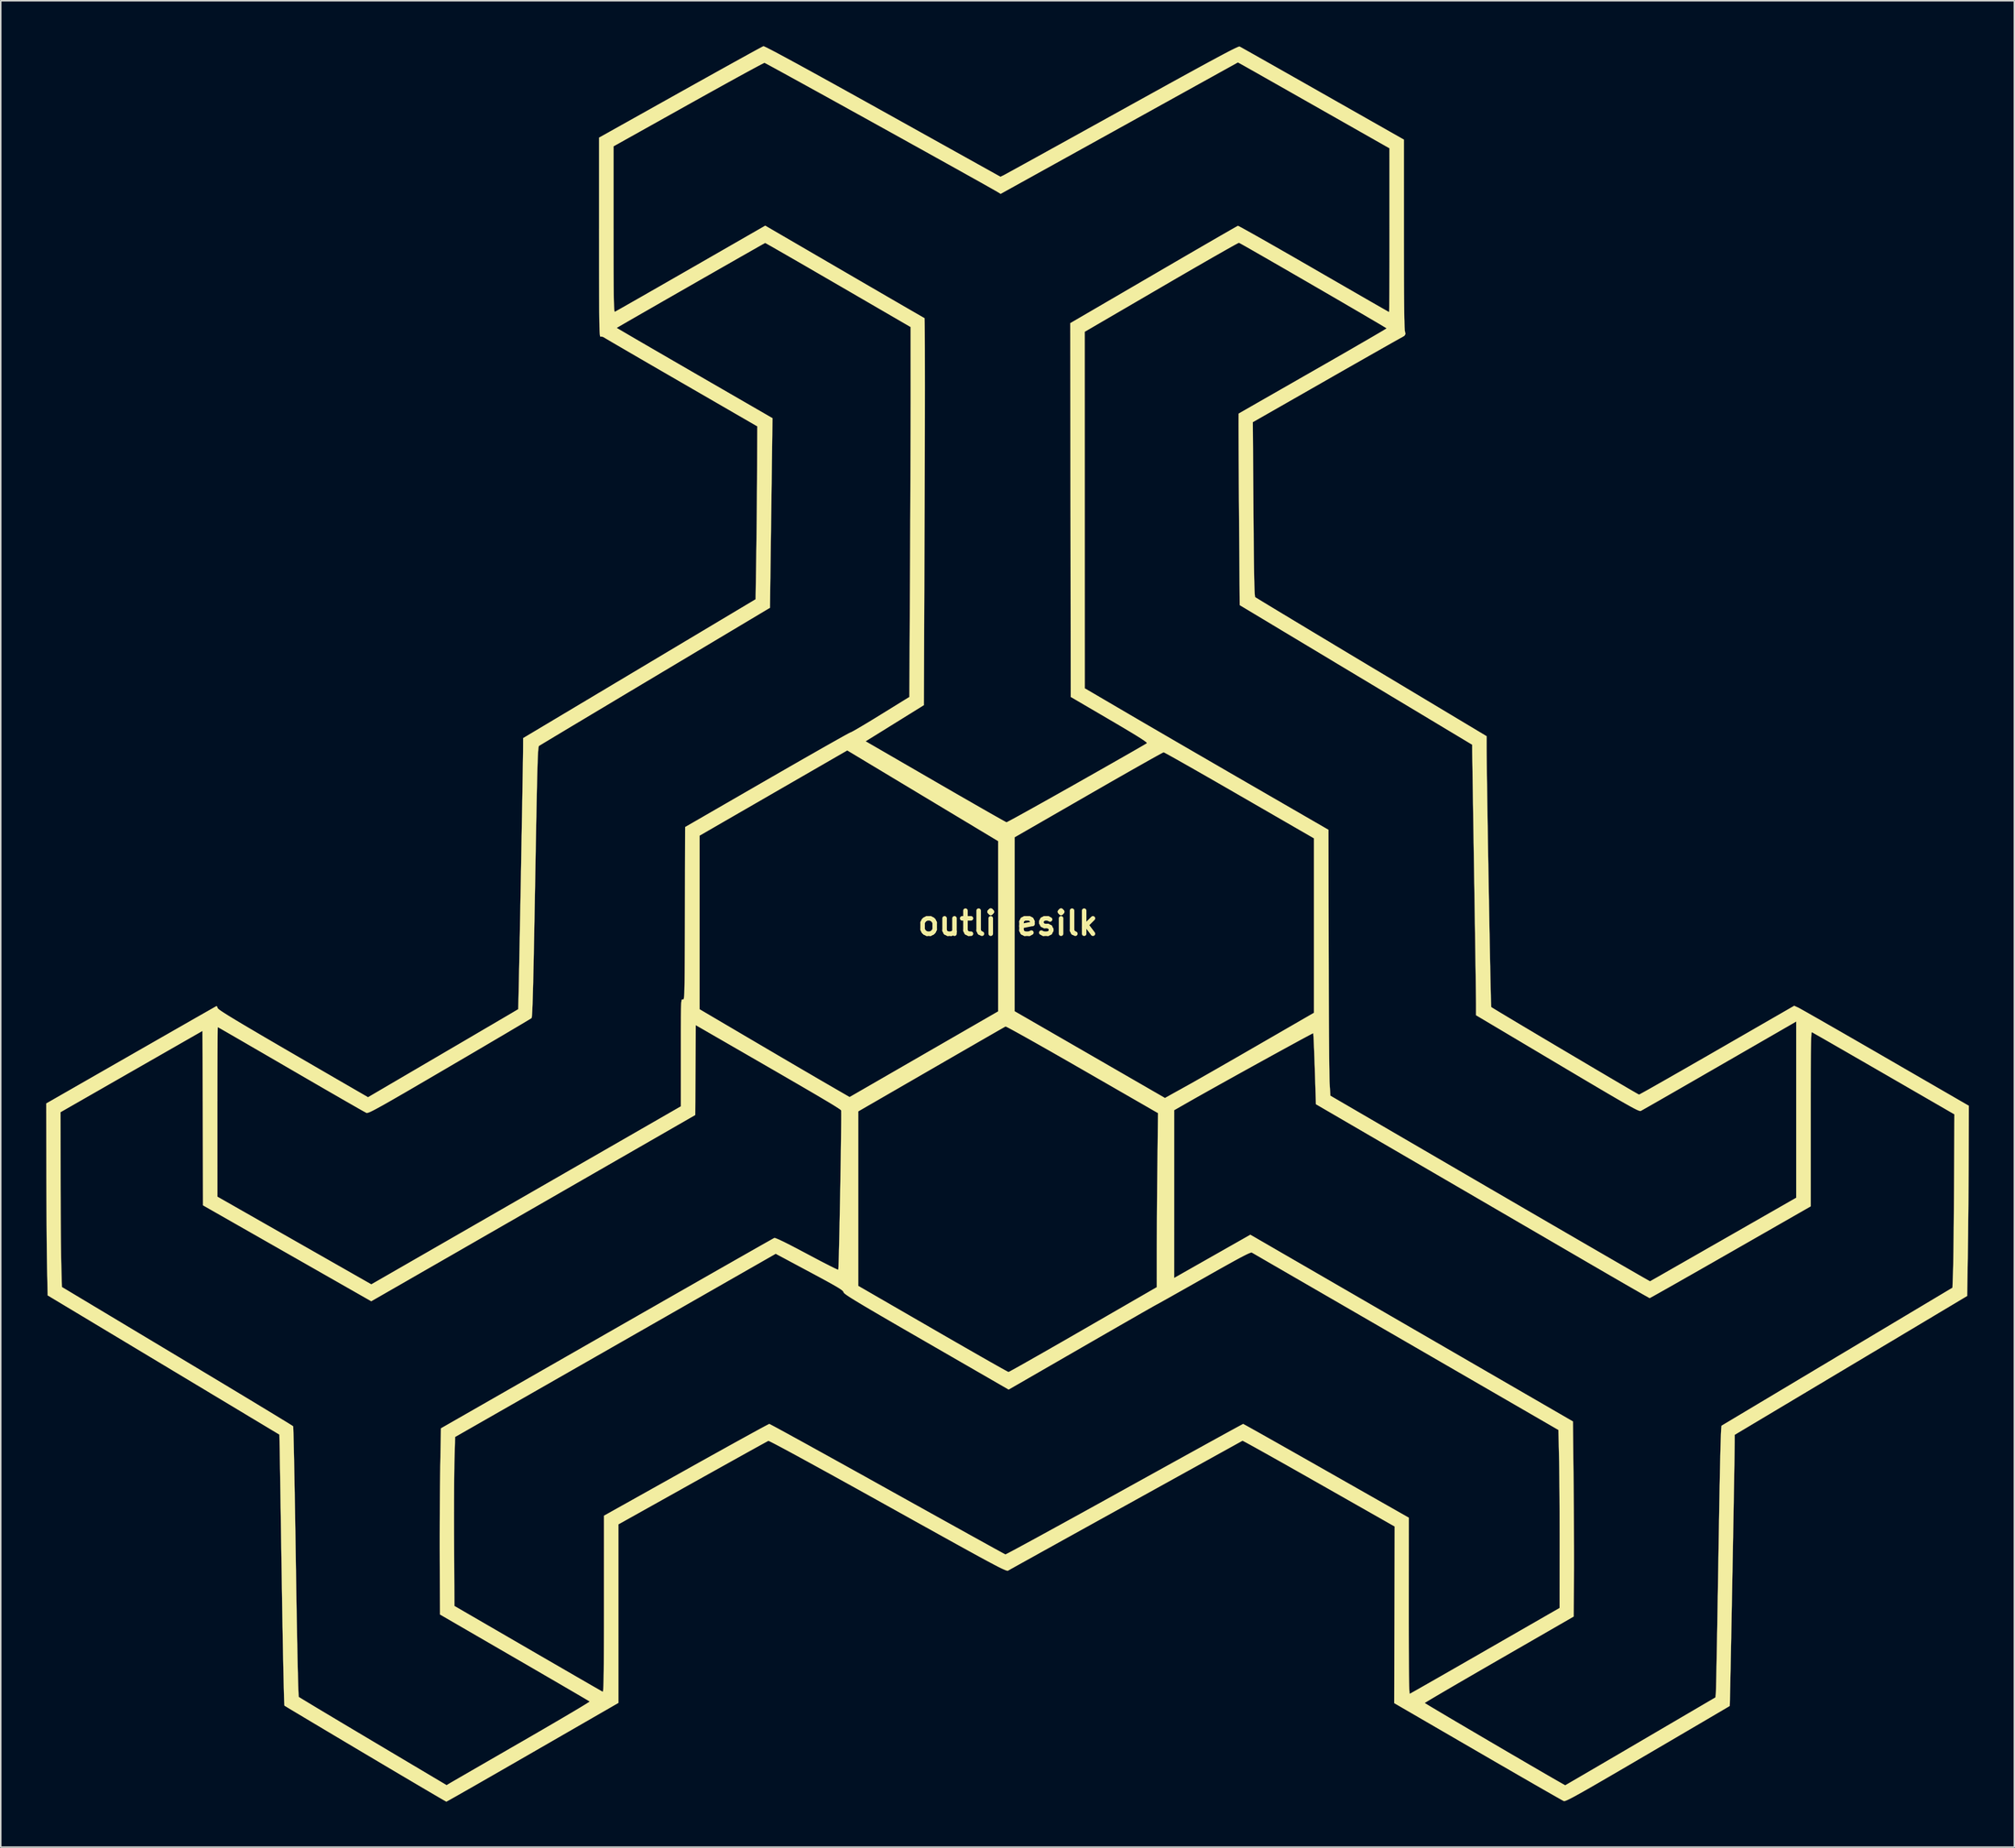
<source format=kicad_pcb>
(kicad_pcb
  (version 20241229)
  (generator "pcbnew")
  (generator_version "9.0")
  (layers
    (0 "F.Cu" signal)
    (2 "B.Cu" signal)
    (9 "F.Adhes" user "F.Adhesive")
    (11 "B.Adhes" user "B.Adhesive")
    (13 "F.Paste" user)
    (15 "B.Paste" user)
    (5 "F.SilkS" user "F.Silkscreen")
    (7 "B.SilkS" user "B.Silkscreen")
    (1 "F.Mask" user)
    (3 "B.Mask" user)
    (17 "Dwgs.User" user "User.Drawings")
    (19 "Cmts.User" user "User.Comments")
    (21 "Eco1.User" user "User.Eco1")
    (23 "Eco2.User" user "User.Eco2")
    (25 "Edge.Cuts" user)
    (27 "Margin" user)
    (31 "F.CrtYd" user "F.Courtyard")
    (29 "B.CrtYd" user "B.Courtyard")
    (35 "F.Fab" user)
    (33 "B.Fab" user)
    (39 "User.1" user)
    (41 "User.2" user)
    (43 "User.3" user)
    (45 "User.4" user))
  (footprint "outlinesilk"
    (layer "F.Cu")
    (at 63.503 57.96)
    (property "Reference" "outlinesilk" (at 0 0 0) (layer "F.SilkS") (effects (font (size 1.524 1.524) (thickness 0.3))))
    (attr through_hole)
    (fp_poly (pts (xy -16.062 -57.929) (xy -15.877 -57.84) (xy -15.583 -57.689) (xy -15.181 -57.477) (xy -14.671 -57.202) (xy -14.053 -56.867) (xy -13.328 -56.471) (xy -12.498 -56.014) (xy -11.562 -55.497) (xy -10.521 -54.92) (xy -9.376 -54.284) (xy -8.25 -53.657) (xy -0.483 -49.328) (xy -0.288 -49.421) (xy -0.21 -49.462) (xy -0.027 -49.562) (xy 0.253 -49.716) (xy 0.625 -49.92) (xy 1.082 -50.172) (xy 1.617 -50.467) (xy 2.223 -50.802) (xy 2.895 -51.174) (xy 3.626 -51.578) (xy 4.408 -52.011) (xy 5.237 -52.47) (xy 6.104 -52.95) (xy 7.003 -53.448) (xy 7.549 -53.751) (xy 8.675 -54.375) (xy 9.695 -54.939) (xy 10.613 -55.447) (xy 11.434 -55.899) (xy 12.162 -56.298) (xy 12.801 -56.648) (xy 13.357 -56.95) (xy 13.832 -57.206) (xy 14.233 -57.42) (xy 14.562 -57.593) (xy 14.826 -57.728) (xy 15.028 -57.827) (xy 15.172 -57.893) (xy 15.264 -57.928) (xy 15.307 -57.935) (xy 15.308 -57.934) (xy 15.379 -57.896) (xy 15.552 -57.799) (xy 15.82 -57.648) (xy 16.176 -57.448) (xy 16.611 -57.202) (xy 17.118 -56.915) (xy 17.69 -56.592) (xy 18.317 -56.236) (xy 18.994 -55.853) (xy 19.711 -55.446) (xy 20.461 -55.02) (xy 20.791 -54.832) (xy 26.159 -51.784) (xy 26.16 -45.517) (xy 26.161 -44.387) (xy 26.163 -43.379) (xy 26.165 -42.49) (xy 26.169 -41.715) (xy 26.174 -41.049) (xy 26.18 -40.489) (xy 26.187 -40.029) (xy 26.196 -39.665) (xy 26.205 -39.394) (xy 26.216 -39.21) (xy 26.229 -39.109) (xy 26.234 -39.091) (xy 26.265 -38.942) (xy 26.194 -38.822) (xy 26.009 -38.711) (xy 25.989 -38.702) (xy 25.914 -38.662) (xy 25.737 -38.563) (xy 25.466 -38.411) (xy 25.109 -38.209) (xy 24.675 -37.963) (xy 24.171 -37.677) (xy 23.607 -37.356) (xy 22.989 -37.004) (xy 22.327 -36.627) (xy 21.628 -36.228) (xy 21.015 -35.877) (xy 16.182 -33.115) (xy 16.223 -27.369) (xy 16.231 -26.318) (xy 16.239 -25.388) (xy 16.247 -24.575) (xy 16.255 -23.872) (xy 16.264 -23.274) (xy 16.273 -22.774) (xy 16.283 -22.369) (xy 16.294 -22.051) (xy 16.305 -21.816) (xy 16.317 -21.658) (xy 16.331 -21.571) (xy 16.339 -21.551) (xy 16.402 -21.511) (xy 16.567 -21.409) (xy 16.829 -21.249) (xy 17.181 -21.035) (xy 17.616 -20.772) (xy 18.13 -20.461) (xy 18.715 -20.109) (xy 19.365 -19.717) (xy 20.074 -19.29) (xy 20.835 -18.832) (xy 21.643 -18.347) (xy 22.492 -17.837) (xy 23.374 -17.308) (xy 24.019 -16.921) (xy 31.623 -12.362) (xy 31.623 -11.728) (xy 31.624 -11.443) (xy 31.627 -11.058) (xy 31.632 -10.58) (xy 31.639 -10.019) (xy 31.648 -9.384) (xy 31.658 -8.682) (xy 31.669 -7.924) (xy 31.682 -7.118) (xy 31.695 -6.272) (xy 31.709 -5.397) (xy 31.724 -4.5) (xy 31.74 -3.59) (xy 31.756 -2.677) (xy 31.772 -1.769) (xy 31.788 -0.875) (xy 31.804 -0.004) (xy 31.82 0.836) (xy 31.835 1.634) (xy 31.85 2.384) (xy 31.864 3.074) (xy 31.877 3.698) (xy 31.889 4.246) (xy 31.9 4.708) (xy 31.91 5.077) (xy 31.918 5.343) (xy 31.924 5.497) (xy 31.928 5.535) (xy 31.993 5.578) (xy 32.157 5.679) (xy 32.411 5.833) (xy 32.745 6.034) (xy 33.15 6.277) (xy 33.616 6.556) (xy 34.134 6.865) (xy 34.694 7.198) (xy 35.286 7.551) (xy 35.902 7.916) (xy 36.531 8.29) (xy 37.165 8.665) (xy 37.793 9.037) (xy 38.406 9.4) (xy 38.995 9.748) (xy 39.55 10.076) (xy 40.061 10.377) (xy 40.52 10.647) (xy 40.916 10.879) (xy 41.241 11.068) (xy 41.484 11.209) (xy 41.636 11.295) (xy 41.688 11.322) (xy 41.751 11.291) (xy 41.916 11.201) (xy 42.176 11.057) (xy 42.522 10.862) (xy 42.947 10.621) (xy 43.443 10.339) (xy 44.003 10.019) (xy 44.618 9.668) (xy 45.281 9.287) (xy 45.983 8.884) (xy 46.718 8.461) (xy 46.844 8.388) (xy 51.937 5.452) (xy 52.21 5.577) (xy 52.302 5.626) (xy 52.497 5.735) (xy 52.786 5.897) (xy 53.161 6.111) (xy 53.614 6.369) (xy 54.139 6.67) (xy 54.725 7.006) (xy 55.367 7.375) (xy 56.056 7.772) (xy 56.784 8.192) (xy 57.544 8.631) (xy 57.975 8.881) (xy 63.468 12.059) (xy 63.458 15.539) (xy 63.455 16.316) (xy 63.45 17.156) (xy 63.444 18.03) (xy 63.437 18.91) (xy 63.428 19.77) (xy 63.42 20.58) (xy 63.41 21.314) (xy 63.403 21.822) (xy 63.358 24.625) (xy 55.682 29.213) (xy 48.006 33.8) (xy 48.004 34.283) (xy 48.002 34.479) (xy 47.998 34.784) (xy 47.993 35.187) (xy 47.985 35.682) (xy 47.976 36.257) (xy 47.965 36.906) (xy 47.952 37.619) (xy 47.939 38.387) (xy 47.925 39.201) (xy 47.909 40.052) (xy 47.893 40.933) (xy 47.877 41.833) (xy 47.86 42.743) (xy 47.843 43.657) (xy 47.826 44.563) (xy 47.809 45.453) (xy 47.793 46.32) (xy 47.777 47.153) (xy 47.761 47.944) (xy 47.746 48.683) (xy 47.733 49.364) (xy 47.72 49.975) (xy 47.709 50.509) (xy 47.699 50.957) (xy 47.691 51.309) (xy 47.685 51.558) (xy 47.68 51.694) (xy 47.679 51.717) (xy 47.622 51.751) (xy 47.463 51.845) (xy 47.21 51.994) (xy 46.869 52.195) (xy 46.448 52.442) (xy 45.955 52.732) (xy 45.397 53.059) (xy 44.781 53.42) (xy 44.115 53.811) (xy 43.407 54.226) (xy 42.663 54.662) (xy 42.264 54.896) (xy 41.362 55.424) (xy 40.564 55.891) (xy 39.862 56.3) (xy 39.251 56.655) (xy 38.725 56.959) (xy 38.276 57.217) (xy 37.899 57.431) (xy 37.587 57.604) (xy 37.335 57.742) (xy 37.135 57.846) (xy 36.982 57.921) (xy 36.869 57.97) (xy 36.791 57.996) (xy 36.74 58.003) (xy 36.72 58) (xy 36.645 57.961) (xy 36.468 57.862) (xy 36.196 57.708) (xy 35.838 57.504) (xy 35.399 57.253) (xy 34.889 56.96) (xy 34.315 56.629) (xy 33.684 56.265) (xy 33.005 55.872) (xy 32.283 55.455) (xy 31.528 55.017) (xy 31.046 54.737) (xy 25.522 51.53) (xy 25.537 45.694) (xy 25.551 39.858) (xy 20.545 37.012) (xy 19.812 36.596) (xy 19.109 36.198) (xy 18.447 35.823) (xy 17.831 35.476) (xy 17.27 35.161) (xy 16.773 34.883) (xy 16.346 34.645) (xy 15.997 34.452) (xy 15.735 34.309) (xy 15.567 34.22) (xy 15.501 34.189) (xy 15.501 34.189) (xy 15.442 34.222) (xy 15.278 34.313) (xy 15.016 34.458) (xy 14.661 34.654) (xy 14.222 34.898) (xy 13.703 35.185) (xy 13.111 35.513) (xy 12.453 35.878) (xy 11.734 36.275) (xy 10.962 36.703) (xy 10.143 37.157) (xy 9.283 37.633) (xy 8.388 38.129) (xy 7.811 38.449) (xy 6.895 38.955) (xy 6.009 39.446) (xy 5.159 39.917) (xy 4.351 40.365) (xy 3.592 40.786) (xy 2.889 41.177) (xy 2.246 41.533) (xy 1.673 41.852) (xy 1.174 42.129) (xy 0.756 42.361) (xy 0.425 42.545) (xy 0.189 42.677) (xy 0.054 42.753) (xy 0.024 42.771) (xy -0.001 42.779) (xy -0.041 42.777) (xy -0.1 42.762) (xy -0.184 42.731) (xy -0.299 42.681) (xy -0.45 42.61) (xy -0.643 42.514) (xy -0.882 42.39) (xy -1.174 42.235) (xy -1.523 42.047) (xy -1.936 41.823) (xy -2.417 41.559) (xy -2.972 41.253) (xy -3.607 40.902) (xy -4.327 40.503) (xy -5.136 40.053) (xy -6.042 39.55) (xy -7.049 38.989) (xy -7.912 38.508) (xy -8.961 37.924) (xy -9.951 37.374) (xy -10.881 36.859) (xy -11.744 36.382) (xy -12.538 35.946) (xy -13.256 35.552) (xy -13.894 35.203) (xy -14.449 34.902) (xy -14.916 34.651) (xy -15.29 34.453) (xy -15.567 34.309) (xy -15.741 34.223) (xy -15.81 34.197) (xy -15.81 34.197) (xy -15.879 34.233) (xy -16.05 34.326) (xy -16.316 34.472) (xy -16.669 34.667) (xy -17.1 34.906) (xy -17.601 35.185) (xy -18.165 35.499) (xy -18.782 35.843) (xy -19.446 36.213) (xy -20.148 36.605) (xy -20.812 36.976) (xy -25.716 39.719) (xy -25.716 45.617) (xy -25.715 51.515) (xy -31.372 54.777) (xy -32.151 55.226) (xy -32.9 55.657) (xy -33.611 56.066) (xy -34.276 56.448) (xy -34.888 56.799) (xy -35.439 57.115) (xy -35.924 57.391) (xy -36.333 57.624) (xy -36.66 57.809) (xy -36.897 57.943) (xy -37.038 58.02) (xy -37.075 58.039) (xy -37.135 58.007) (xy -37.297 57.915) (xy -37.553 57.766) (xy -37.895 57.566) (xy -38.316 57.319) (xy -38.81 57.028) (xy -39.367 56.699) (xy -39.981 56.336) (xy -40.644 55.944) (xy -41.348 55.526) (xy -42.087 55.087) (xy -42.421 54.889) (xy -43.173 54.442) (xy -43.894 54.013) (xy -44.576 53.607) (xy -45.213 53.227) (xy -45.796 52.879) (xy -46.319 52.567) (xy -46.773 52.295) (xy -47.151 52.069) (xy -47.446 51.892) (xy -47.65 51.768) (xy -47.755 51.703) (xy -47.769 51.694) (xy -47.775 51.627) (xy -47.784 51.439) (xy -47.794 51.14) (xy -47.805 50.736) (xy -47.818 50.236) (xy -47.831 49.646) (xy -47.846 48.974) (xy -47.861 48.228) (xy -47.876 47.415) (xy -47.892 46.543) (xy -47.908 45.62) (xy -47.924 44.652) (xy -47.94 43.647) (xy -47.943 43.43) (xy -47.959 42.404) (xy -47.975 41.405) (xy -47.99 40.439) (xy -48.004 39.516) (xy -48.018 38.644) (xy -48.031 37.832) (xy -48.043 37.087) (xy -48.053 36.418) (xy -48.063 35.833) (xy -48.071 35.342) (xy -48.077 34.951) (xy -48.082 34.67) (xy -48.085 34.507) (xy -48.086 34.498) (xy -48.101 33.786) (xy -63.405 24.587) (xy -63.444 22.787) (xy -63.45 22.409) (xy -63.457 21.921) (xy -63.464 21.338) (xy -63.47 20.676) (xy -63.475 19.952) (xy -63.48 19.182) (xy -63.484 18.381) (xy -63.487 17.566) (xy -63.49 16.753) (xy -63.49 16.447) (xy -63.497 12.481) (xy -62.556 12.481) (xy -62.552 16.765) (xy -62.551 17.543) (xy -62.548 18.322) (xy -62.545 19.086) (xy -62.54 19.821) (xy -62.535 20.51) (xy -62.529 21.138) (xy -62.522 21.689) (xy -62.515 22.147) (xy -62.508 22.496) (xy -62.507 22.543) (xy -62.465 24.035) (xy -54.851 28.602) (xy -53.949 29.144) (xy -53.077 29.668) (xy -52.24 30.171) (xy -51.446 30.649) (xy -50.7 31.099) (xy -50.009 31.516) (xy -49.379 31.898) (xy -48.816 32.239) (xy -48.327 32.536) (xy -47.917 32.787) (xy -47.592 32.985) (xy -47.36 33.129) (xy -47.226 33.215) (xy -47.194 33.238) (xy -47.188 33.308) (xy -47.18 33.498) (xy -47.171 33.801) (xy -47.161 34.209) (xy -47.149 34.715) (xy -47.136 35.311) (xy -47.122 35.991) (xy -47.108 36.747) (xy -47.093 37.572) (xy -47.077 38.458) (xy -47.061 39.399) (xy -47.045 40.387) (xy -47.029 41.415) (xy -47.017 42.182) (xy -46.997 43.476) (xy -46.978 44.681) (xy -46.959 45.793) (xy -46.94 46.81) (xy -46.923 47.727) (xy -46.906 48.543) (xy -46.89 49.253) (xy -46.875 49.854) (xy -46.861 50.342) (xy -46.848 50.716) (xy -46.836 50.97) (xy -46.825 51.102) (xy -46.821 51.122) (xy -46.758 51.163) (xy -46.594 51.264) (xy -46.336 51.42) (xy -45.993 51.628) (xy -45.573 51.881) (xy -45.082 52.175) (xy -44.53 52.505) (xy -43.924 52.868) (xy -43.271 53.257) (xy -42.581 53.668) (xy -41.909 54.068) (xy -37.059 56.952) (xy -36.802 56.798) (xy -36.707 56.743) (xy -36.512 56.63) (xy -36.224 56.463) (xy -35.852 56.248) (xy -35.406 55.99) (xy -34.893 55.694) (xy -34.323 55.365) (xy -33.705 55.008) (xy -33.047 54.628) (xy -32.358 54.23) (xy -32.055 54.056) (xy -31.364 53.656) (xy -30.706 53.274) (xy -30.09 52.915) (xy -29.523 52.583) (xy -29.015 52.284) (xy -28.572 52.021) (xy -28.203 51.8) (xy -27.916 51.625) (xy -27.719 51.502) (xy -27.62 51.434) (xy -27.61 51.423) (xy -27.67 51.385) (xy -27.833 51.288) (xy -28.089 51.137) (xy -28.432 50.936) (xy -28.853 50.69) (xy -29.345 50.403) (xy -29.899 50.08) (xy -30.509 49.726) (xy -31.165 49.344) (xy -31.86 48.94) (xy -32.575 48.526) (xy -37.497 45.672) (xy -37.512 42.092) (xy -37.514 41.321) (xy -37.514 40.499) (xy -37.512 39.653) (xy -37.512 39.602) (xy -36.568 39.602) (xy -36.567 40.368) (xy -36.564 41.049) (xy -36.544 45.11) (xy -31.686 47.929) (xy -30.964 48.348) (xy -30.273 48.748) (xy -29.62 49.126) (xy -29.014 49.477) (xy -28.463 49.796) (xy -27.974 50.078) (xy -27.556 50.32) (xy -27.216 50.515) (xy -26.963 50.66) (xy -26.805 50.75) (xy -26.749 50.781) (xy -26.735 50.763) (xy -26.723 50.695) (xy -26.712 50.57) (xy -26.703 50.38) (xy -26.695 50.121) (xy -26.688 49.784) (xy -26.682 49.364) (xy -26.678 48.855) (xy -26.675 48.249) (xy -26.672 47.541) (xy -26.67 46.724) (xy -26.669 45.791) (xy -26.669 44.981) (xy -26.668 39.148) (xy -21.25 36.116) (xy -20.484 35.687) (xy -19.748 35.277) (xy -19.05 34.889) (xy -18.399 34.527) (xy -17.801 34.196) (xy -17.264 33.9) (xy -16.796 33.643) (xy -16.405 33.429) (xy -16.098 33.263) (xy -15.882 33.149) (xy -15.766 33.09) (xy -15.748 33.084) (xy -15.684 33.114) (xy -15.515 33.203) (xy -15.248 33.346) (xy -14.889 33.542) (xy -14.445 33.785) (xy -13.922 34.072) (xy -13.326 34.4) (xy -12.665 34.766) (xy -11.943 35.165) (xy -11.168 35.595) (xy -10.346 36.051) (xy -9.483 36.53) (xy -8.586 37.03) (xy -7.947 37.386) (xy -7.03 37.897) (xy -6.143 38.391) (xy -5.292 38.864) (xy -4.484 39.314) (xy -3.725 39.735) (xy -3.022 40.126) (xy -2.381 40.482) (xy -1.808 40.799) (xy -1.309 41.075) (xy -0.892 41.306) (xy -0.561 41.487) (xy -0.325 41.617) (xy -0.189 41.69) (xy -0.156 41.706) (xy -0.093 41.678) (xy 0.075 41.592) (xy 0.341 41.451) (xy 0.699 41.258) (xy 1.142 41.018) (xy 1.665 40.734) (xy 2.261 40.408) (xy 2.923 40.045) (xy 3.646 39.648) (xy 4.422 39.221) (xy 5.246 38.767) (xy 6.111 38.289) (xy 7.011 37.791) (xy 7.708 37.404) (xy 8.63 36.893) (xy 9.521 36.4) (xy 10.376 35.927) (xy 11.187 35.478) (xy 11.949 35.057) (xy 12.655 34.667) (xy 13.3 34.311) (xy 13.876 33.994) (xy 14.377 33.718) (xy 14.797 33.488) (xy 15.13 33.306) (xy 15.37 33.176) (xy 15.51 33.101) (xy 15.545 33.084) (xy 15.605 33.115) (xy 15.768 33.204) (xy 16.027 33.348) (xy 16.373 33.542) (xy 16.799 33.781) (xy 17.299 34.063) (xy 17.863 34.382) (xy 18.486 34.734) (xy 19.158 35.115) (xy 19.873 35.52) (xy 20.624 35.947) (xy 21.036 36.181) (xy 26.482 39.277) (xy 26.48 45.108) (xy 26.48 46.16) (xy 26.481 47.091) (xy 26.483 47.906) (xy 26.486 48.61) (xy 26.49 49.209) (xy 26.495 49.709) (xy 26.502 50.113) (xy 26.509 50.429) (xy 26.518 50.661) (xy 26.529 50.815) (xy 26.541 50.897) (xy 26.552 50.914) (xy 26.616 50.879) (xy 26.783 50.785) (xy 27.044 50.638) (xy 27.391 50.44) (xy 27.817 50.198) (xy 28.313 49.914) (xy 28.871 49.595) (xy 29.483 49.244) (xy 30.142 48.866) (xy 30.839 48.466) (xy 31.534 48.066) (xy 36.443 45.244) (xy 36.446 41.174) (xy 36.446 40.401) (xy 36.444 39.614) (xy 36.442 38.832) (xy 36.438 38.072) (xy 36.433 37.352) (xy 36.427 36.691) (xy 36.421 36.106) (xy 36.414 35.615) (xy 36.407 35.292) (xy 36.365 33.479) (xy 26.295 27.649) (xy 25.25 27.044) (xy 24.233 26.456) (xy 23.252 25.888) (xy 22.31 25.342) (xy 21.413 24.823) (xy 20.567 24.333) (xy 19.778 23.876) (xy 19.05 23.455) (xy 18.391 23.073) (xy 17.803 22.733) (xy 17.295 22.439) (xy 16.87 22.193) (xy 16.535 21.998) (xy 16.295 21.859) (xy 16.155 21.778) (xy 16.12 21.758) (xy 16.074 21.756) (xy 15.981 21.785) (xy 15.835 21.849) (xy 15.627 21.951) (xy 15.351 22.095) (xy 14.999 22.285) (xy 14.564 22.526) (xy 14.038 22.82) (xy 13.413 23.172) (xy 13.009 23.402) (xy 12.437 23.726) (xy 11.893 24.033) (xy 11.389 24.318) (xy 10.936 24.573) (xy 10.544 24.794) (xy 10.224 24.973) (xy 9.987 25.105) (xy 9.844 25.183) (xy 9.811 25.2) (xy 9.728 25.246) (xy 9.544 25.349) (xy 9.266 25.507) (xy 8.903 25.714) (xy 8.464 25.966) (xy 7.956 26.257) (xy 7.388 26.583) (xy 6.768 26.94) (xy 6.105 27.321) (xy 5.407 27.723) (xy 4.839 28.051) (xy 0.058 30.809) (xy -5.384 27.668) (xy -6.295 27.142) (xy -7.102 26.676) (xy -7.81 26.265) (xy -8.426 25.906) (xy -8.956 25.596) (xy -9.406 25.33) (xy -9.782 25.106) (xy -10.089 24.92) (xy -10.335 24.767) (xy -10.524 24.645) (xy -10.664 24.549) (xy -10.76 24.477) (xy -10.817 24.423) (xy -10.843 24.386) (xy -10.846 24.376) (xy -10.864 24.33) (xy -10.916 24.273) (xy -11.011 24.199) (xy -11.159 24.101) (xy -11.369 23.975) (xy -11.652 23.814) (xy -12.017 23.612) (xy -12.474 23.364) (xy -13.032 23.064) (xy -13.095 23.031) (xy -15.325 21.836) (xy -36.497 33.941) (xy -36.54 35.465) (xy -36.548 35.808) (xy -36.554 36.262) (xy -36.56 36.809) (xy -36.564 37.434) (xy -36.567 38.119) (xy -36.568 38.847) (xy -36.568 39.602) (xy -37.512 39.602) (xy -37.508 38.808) (xy -37.503 37.99) (xy -37.497 37.222) (xy -37.489 36.531) (xy -37.48 35.943) (xy -37.433 33.373) (xy -26.48 27.102) (xy -25.388 26.477) (xy -24.324 25.868) (xy -23.295 25.28) (xy -22.306 24.714) (xy -21.36 24.174) (xy -20.465 23.663) (xy -19.625 23.183) (xy -18.846 22.739) (xy -18.132 22.332) (xy -17.489 21.966) (xy -16.923 21.644) (xy -16.439 21.369) (xy -16.042 21.144) (xy -15.737 20.972) (xy -15.529 20.855) (xy -15.425 20.798) (xy -15.414 20.793) (xy -15.323 20.812) (xy -15.125 20.894) (xy -14.822 21.037) (xy -14.417 21.24) (xy -13.913 21.502) (xy -13.311 21.821) (xy -13.266 21.845) (xy -12.799 22.093) (xy -12.369 22.32) (xy -11.986 22.517) (xy -11.665 22.681) (xy -11.417 22.803) (xy -11.255 22.877) (xy -11.193 22.898) (xy -11.193 22.898) (xy -11.186 22.83) (xy -11.177 22.646) (xy -11.167 22.359) (xy -11.156 21.979) (xy -11.144 21.518) (xy -11.131 20.987) (xy -11.118 20.398) (xy -11.105 19.762) (xy -11.091 19.09) (xy -11.078 18.395) (xy -11.065 17.688) (xy -11.053 16.979) (xy -11.041 16.281) (xy -11.03 15.605) (xy -11.021 14.963) (xy -11.013 14.365) (xy -11.006 13.824) (xy -11.001 13.351) (xy -10.998 12.956) (xy -10.997 12.653) (xy -10.999 12.452) (xy -11 12.428) (xy -9.874 12.428) (xy -9.874 23.96) (xy -4.953 26.805) (xy -4.226 27.225) (xy -3.53 27.626) (xy -2.872 28.004) (xy -2.261 28.354) (xy -1.704 28.673) (xy -1.21 28.954) (xy -0.786 29.194) (xy -0.44 29.389) (xy -0.181 29.533) (xy -0.016 29.622) (xy 0.047 29.652) (xy 0.113 29.622) (xy 0.28 29.532) (xy 0.542 29.387) (xy 0.889 29.193) (xy 1.314 28.952) (xy 1.809 28.671) (xy 2.366 28.354) (xy 2.977 28.004) (xy 3.634 27.628) (xy 4.329 27.228) (xy 4.985 26.85) (xy 9.842 24.045) (xy 9.842 23.441) (xy 10.986 23.441) (xy 11.319 23.25) (xy 11.448 23.177) (xy 11.674 23.048) (xy 11.982 22.874) (xy 12.357 22.66) (xy 12.785 22.417) (xy 13.253 22.152) (xy 13.745 21.872) (xy 13.836 21.821) (xy 16.019 20.581) (xy 16.317 20.752) (xy 16.402 20.801) (xy 16.591 20.911) (xy 16.879 21.077) (xy 17.26 21.298) (xy 17.729 21.57) (xy 18.28 21.889) (xy 18.907 22.252) (xy 19.606 22.656) (xy 20.369 23.098) (xy 21.193 23.575) (xy 22.071 24.084) (xy 22.997 24.62) (xy 23.966 25.182) (xy 24.973 25.765) (xy 26.012 26.367) (xy 26.969 26.921) (xy 37.323 32.918) (xy 37.367 37.049) (xy 37.374 37.847) (xy 37.381 38.675) (xy 37.386 39.511) (xy 37.39 40.336) (xy 37.393 41.13) (xy 37.394 41.873) (xy 37.394 42.544) (xy 37.392 43.124) (xy 37.39 43.495) (xy 37.37 45.809) (xy 32.457 48.642) (xy 31.732 49.06) (xy 31.039 49.461) (xy 30.386 49.84) (xy 29.78 50.192) (xy 29.23 50.512) (xy 28.744 50.797) (xy 28.329 51.041) (xy 27.992 51.24) (xy 27.743 51.389) (xy 27.588 51.484) (xy 27.536 51.52) (xy 27.588 51.556) (xy 27.741 51.65) (xy 27.983 51.796) (xy 28.307 51.989) (xy 28.701 52.223) (xy 29.156 52.493) (xy 29.662 52.792) (xy 30.211 53.115) (xy 30.791 53.456) (xy 31.393 53.81) (xy 32.007 54.17) (xy 32.624 54.532) (xy 33.234 54.889) (xy 33.828 55.235) (xy 34.394 55.566) (xy 34.925 55.875) (xy 35.409 56.156) (xy 35.838 56.405) (xy 36.201 56.614) (xy 36.489 56.779) (xy 36.692 56.894) (xy 36.8 56.952) (xy 36.816 56.959) (xy 36.872 56.928) (xy 37.03 56.836) (xy 37.281 56.69) (xy 37.62 56.493) (xy 38.036 56.25) (xy 38.524 55.965) (xy 39.074 55.644) (xy 39.68 55.289) (xy 40.334 54.907) (xy 41.027 54.501) (xy 41.752 54.075) (xy 41.782 54.058) (xy 46.732 51.156) (xy 46.762 50.898) (xy 46.767 50.805) (xy 46.773 50.592) (xy 46.781 50.267) (xy 46.791 49.838) (xy 46.802 49.312) (xy 46.814 48.697) (xy 46.827 48) (xy 46.842 47.229) (xy 46.857 46.391) (xy 46.872 45.495) (xy 46.888 44.547) (xy 46.905 43.555) (xy 46.922 42.526) (xy 46.931 41.942) (xy 46.953 40.596) (xy 46.974 39.375) (xy 46.993 38.274) (xy 47.011 37.291) (xy 47.029 36.422) (xy 47.045 35.664) (xy 47.06 35.013) (xy 47.075 34.468) (xy 47.089 34.024) (xy 47.102 33.679) (xy 47.115 33.429) (xy 47.127 33.271) (xy 47.139 33.202) (xy 47.141 33.198) (xy 47.203 33.161) (xy 47.368 33.062) (xy 47.629 32.906) (xy 47.981 32.695) (xy 48.416 32.435) (xy 48.929 32.128) (xy 49.514 31.778) (xy 50.164 31.39) (xy 50.872 30.966) (xy 51.634 30.511) (xy 52.441 30.028) (xy 53.289 29.521) (xy 54.171 28.994) (xy 54.8 28.617) (xy 62.389 24.08) (xy 62.43 22.883) (xy 62.437 22.614) (xy 62.444 22.232) (xy 62.452 21.751) (xy 62.459 21.185) (xy 62.467 20.548) (xy 62.474 19.853) (xy 62.48 19.115) (xy 62.486 18.348) (xy 62.491 17.565) (xy 62.493 17.154) (xy 62.516 12.623) (xy 57.849 9.924) (xy 57.141 9.515) (xy 56.464 9.124) (xy 55.825 8.756) (xy 55.234 8.415) (xy 54.699 8.107) (xy 54.227 7.835) (xy 53.826 7.605) (xy 53.505 7.422) (xy 53.272 7.289) (xy 53.136 7.212) (xy 53.102 7.194) (xy 53.088 7.211) (xy 53.075 7.28) (xy 53.065 7.405) (xy 53.055 7.595) (xy 53.047 7.856) (xy 53.041 8.193) (xy 53.035 8.614) (xy 53.031 9.124) (xy 53.027 9.732) (xy 53.025 10.442) (xy 53.023 11.261) (xy 53.023 12.197) (xy 53.023 12.933) (xy 53.023 18.705) (xy 47.731 21.735) (xy 46.976 22.167) (xy 46.253 22.58) (xy 45.569 22.971) (xy 44.93 23.334) (xy 44.346 23.667) (xy 43.824 23.963) (xy 43.37 24.22) (xy 42.994 24.432) (xy 42.702 24.596) (xy 42.502 24.707) (xy 42.401 24.761) (xy 42.391 24.765) (xy 42.33 24.734) (xy 42.168 24.643) (xy 41.912 24.499) (xy 41.573 24.304) (xy 41.157 24.065) (xy 40.674 23.787) (xy 40.132 23.473) (xy 39.538 23.129) (xy 38.903 22.76) (xy 38.234 22.371) (xy 38.047 22.262) (xy 37.398 21.884) (xy 36.653 21.45) (xy 35.826 20.968) (xy 34.93 20.446) (xy 33.98 19.893) (xy 32.988 19.315) (xy 31.969 18.722) (xy 30.937 18.12) (xy 29.905 17.519) (xy 28.887 16.926) (xy 27.896 16.349) (xy 27.051 15.857) (xy 20.352 11.955) (xy 20.277 9.622) (xy 20.259 9.091) (xy 20.241 8.601) (xy 20.224 8.165) (xy 20.208 7.8) (xy 20.194 7.518) (xy 20.182 7.334) (xy 20.174 7.262) (xy 20.174 7.262) (xy 20.116 7.288) (xy 19.957 7.37) (xy 19.708 7.503) (xy 19.378 7.68) (xy 18.979 7.898) (xy 18.519 8.149) (xy 18.01 8.428) (xy 17.461 8.729) (xy 16.883 9.048) (xy 16.285 9.378) (xy 15.679 9.713) (xy 15.074 10.049) (xy 14.48 10.379) (xy 13.908 10.698) (xy 13.367 11) (xy 12.869 11.28) (xy 12.422 11.531) (xy 12.038 11.749) (xy 11.923 11.815) (xy 10.987 12.351) (xy 10.986 23.441) (xy 9.842 23.441) (xy 9.842 21.717) (xy 9.843 21.169) (xy 9.846 20.518) (xy 9.849 19.791) (xy 9.854 19.011) (xy 9.86 18.204) (xy 9.867 17.394) (xy 9.875 16.606) (xy 9.882 15.965) (xy 9.921 12.541) (xy 4.924 9.663) (xy 4.192 9.242) (xy 3.49 8.84) (xy 2.827 8.461) (xy 2.21 8.111) (xy 1.647 7.793) (xy 1.147 7.512) (xy 0.717 7.273) (xy 0.364 7.079) (xy 0.098 6.935) (xy -0.075 6.846) (xy -0.147 6.816) (xy -0.147 6.816) (xy -0.212 6.852) (xy -0.379 6.947) (xy -0.64 7.096) (xy -0.987 7.295) (xy -1.411 7.539) (xy -1.906 7.824) (xy -2.462 8.145) (xy -3.072 8.497) (xy -3.728 8.875) (xy -4.421 9.276) (xy -5.048 9.638) (xy -9.874 12.428) (xy -11 12.428) (xy -11.003 12.364) (xy -11.004 12.362) (xy -11.032 12.332) (xy -11.103 12.278) (xy -11.223 12.197) (xy -11.397 12.086) (xy -11.629 11.943) (xy -11.926 11.764) (xy -12.292 11.547) (xy -12.732 11.287) (xy -13.252 10.983) (xy -13.856 10.631) (xy -14.55 10.228) (xy -15.338 9.771) (xy -16.227 9.257) (xy -17.221 8.683) (xy -17.24 8.672) (xy -20.606 6.729) (xy -20.623 9.699) (xy -20.641 12.668) (xy -29.416 17.716) (xy -30.426 18.298) (xy -31.429 18.874) (xy -32.415 19.442) (xy -33.379 19.996) (xy -34.311 20.532) (xy -35.205 21.046) (xy -36.052 21.534) (xy -36.845 21.99) (xy -37.576 22.41) (xy -38.239 22.791) (xy -38.824 23.127) (xy -39.324 23.415) (xy -39.732 23.65) (xy -40.04 23.827) (xy -40.114 23.869) (xy -42.036 24.973) (xy -47.59 21.805) (xy -53.145 18.637) (xy -53.163 12.874) (xy -53.164 12.462) (xy -52.197 12.462) (xy -52.196 18.066) (xy -47.114 20.963) (xy -42.031 23.86) (xy -36.525 20.691) (xy -35.617 20.168) (xy -34.641 19.607) (xy -33.616 19.017) (xy -32.561 18.41) (xy -31.495 17.796) (xy -30.437 17.188) (xy -29.405 16.594) (xy -28.419 16.026) (xy -27.496 15.495) (xy -26.656 15.012) (xy -26.305 14.81) (xy -21.59 12.097) (xy -21.59 8.549) (xy -21.59 7.789) (xy -21.59 7.146) (xy -21.588 6.611) (xy -21.586 6.173) (xy -21.582 5.824) (xy -21.577 5.553) (xy -21.569 5.351) (xy -21.559 5.208) (xy -21.546 5.114) (xy -21.529 5.059) (xy -21.51 5.035) (xy -21.486 5.03) (xy -21.463 5.035) (xy -21.442 5.039) (xy -21.422 5.033) (xy -21.406 5.011) (xy -21.391 4.964) (xy -21.379 4.884) (xy -21.368 4.765) (xy -21.359 4.598) (xy -21.352 4.375) (xy -21.346 4.089) (xy -21.34 3.732) (xy -21.336 3.297) (xy -21.333 2.776) (xy -21.33 2.161) (xy -21.327 1.444) (xy -21.324 0.618) (xy -21.321 -0.324) (xy -21.32 -0.646) (xy -21.306 -5.794) (xy -20.352 -5.794) (xy -20.352 5.681) (xy -16.923 7.7) (xy -16.264 8.087) (xy -15.594 8.481) (xy -14.928 8.872) (xy -14.282 9.251) (xy -13.672 9.608) (xy -13.112 9.935) (xy -12.62 10.223) (xy -12.209 10.462) (xy -11.97 10.601) (xy -10.446 11.483) (xy -10.255 11.374) (xy -10.172 11.326) (xy -9.988 11.22) (xy -9.71 11.059) (xy -9.347 10.85) (xy -8.908 10.597) (xy -8.401 10.304) (xy -7.834 9.977) (xy -7.216 9.62) (xy -6.555 9.239) (xy -5.86 8.838) (xy -5.35 8.543) (xy -0.635 5.823) (xy -0.635 5.81) (xy 0.447 5.81) (xy 5.415 8.677) (xy 10.382 11.545) (xy 10.7 11.367) (xy 10.866 11.274) (xy 11.116 11.135) (xy 11.421 10.966) (xy 11.754 10.781) (xy 11.938 10.679) (xy 12.155 10.558) (xy 12.47 10.379) (xy 12.87 10.151) (xy 13.344 9.881) (xy 13.878 9.575) (xy 14.462 9.24) (xy 15.081 8.884) (xy 15.725 8.513) (xy 16.381 8.134) (xy 16.542 8.041) (xy 20.225 5.913) (xy 20.225 -5.613) (xy 15.303 -8.456) (xy 14.576 -8.876) (xy 13.88 -9.277) (xy 13.221 -9.655) (xy 12.609 -10.005) (xy 12.052 -10.323) (xy 11.557 -10.604) (xy 11.132 -10.844) (xy 10.785 -11.038) (xy 10.524 -11.182) (xy 10.358 -11.272) (xy 10.294 -11.301) (xy 10.227 -11.271) (xy 10.058 -11.181) (xy 9.795 -11.036) (xy 9.446 -10.842) (xy 9.02 -10.602) (xy 8.523 -10.321) (xy 7.964 -10.004) (xy 7.352 -9.655) (xy 6.693 -9.278) (xy 5.997 -8.878) (xy 5.328 -8.493) (xy 0.45 -5.683) (xy 0.448 0.064) (xy 0.447 5.81) (xy -0.635 5.81) (xy -0.635 -5.431) (xy -5.618 -8.428) (xy -10.6 -11.425) (xy -15.476 -8.61) (xy -20.352 -5.794) (xy -21.306 -5.794) (xy -21.304 -6.36) (xy -15.883 -9.49) (xy -15.119 -9.93) (xy -14.386 -10.352) (xy -13.691 -10.751) (xy -13.041 -11.122) (xy -12.444 -11.463) (xy -11.908 -11.767) (xy -11.44 -12.032) (xy -11.048 -12.252) (xy -10.739 -12.424) (xy -10.521 -12.543) (xy -10.401 -12.604) (xy -10.38 -12.612) (xy -10.309 -12.643) (xy -10.143 -12.733) (xy -9.894 -12.876) (xy -9.577 -13.063) (xy -9.203 -13.287) (xy -8.786 -13.541) (xy -8.398 -13.78) (xy -6.498 -14.954) (xy -6.456 -23.045) (xy -6.45 -24.145) (xy -6.445 -25.272) (xy -6.44 -26.413) (xy -6.435 -27.555) (xy -6.431 -28.683) (xy -6.427 -29.785) (xy -6.424 -30.846) (xy -6.421 -31.854) (xy -6.418 -32.793) (xy -6.417 -33.651) (xy -6.415 -34.414) (xy -6.415 -35.069) (xy -6.415 -35.269) (xy -6.417 -39.402) (xy -11.198 -42.18) (xy -11.914 -42.595) (xy -12.597 -42.991) (xy -13.241 -43.365) (xy -13.838 -43.71) (xy -14.38 -44.022) (xy -14.858 -44.298) (xy -15.265 -44.531) (xy -15.593 -44.719) (xy -15.834 -44.855) (xy -15.979 -44.936) (xy -16.022 -44.958) (xy -16.079 -44.927) (xy -16.238 -44.839) (xy -16.487 -44.698) (xy -16.817 -44.51) (xy -17.219 -44.281) (xy -17.684 -44.017) (xy -18.201 -43.721) (xy -18.762 -43.401) (xy -19.355 -43.062) (xy -19.973 -42.709) (xy -20.605 -42.347) (xy -21.242 -41.982) (xy -21.874 -41.62) (xy -22.492 -41.266) (xy -23.086 -40.925) (xy -23.646 -40.603) (xy -24.164 -40.306) (xy -24.628 -40.039) (xy -25.031 -39.807) (xy -25.361 -39.616) (xy -25.611 -39.471) (xy -25.769 -39.379) (xy -25.826 -39.344) (xy -25.775 -39.311) (xy -25.62 -39.219) (xy -25.371 -39.073) (xy -25.035 -38.876) (xy -24.619 -38.633) (xy -24.131 -38.349) (xy -23.579 -38.028) (xy -22.97 -37.675) (xy -22.311 -37.293) (xy -21.61 -36.887) (xy -20.876 -36.462) (xy -20.689 -36.354) (xy -15.538 -33.376) (xy -15.58 -30.198) (xy -15.59 -29.422) (xy -15.601 -28.56) (xy -15.613 -27.645) (xy -15.626 -26.711) (xy -15.638 -25.792) (xy -15.65 -24.923) (xy -15.66 -24.136) (xy -15.663 -23.935) (xy -15.704 -20.851) (xy -23.28 -16.324) (xy -24.182 -15.785) (xy -25.054 -15.264) (xy -25.891 -14.763) (xy -26.686 -14.287) (xy -27.433 -13.84) (xy -28.126 -13.425) (xy -28.758 -13.047) (xy -29.323 -12.708) (xy -29.814 -12.413) (xy -30.227 -12.165) (xy -30.553 -11.969) (xy -30.787 -11.827) (xy -30.923 -11.745) (xy -30.955 -11.724) (xy -30.97 -11.703) (xy -30.983 -11.659) (xy -30.995 -11.584) (xy -31.007 -11.472) (xy -31.019 -11.319) (xy -31.03 -11.117) (xy -31.041 -10.861) (xy -31.053 -10.544) (xy -31.064 -10.161) (xy -31.077 -9.706) (xy -31.09 -9.171) (xy -31.103 -8.553) (xy -31.118 -7.843) (xy -31.134 -7.037) (xy -31.151 -6.128) (xy -31.17 -5.11) (xy -31.19 -3.977) (xy -31.212 -2.732) (xy -31.236 -1.424) (xy -31.258 -0.238) (xy -31.278 0.83) (xy -31.297 1.786) (xy -31.314 2.634) (xy -31.331 3.38) (xy -31.346 4.027) (xy -31.361 4.582) (xy -31.375 5.048) (xy -31.388 5.431) (xy -31.401 5.735) (xy -31.413 5.965) (xy -31.425 6.126) (xy -31.437 6.224) (xy -31.449 6.262) (xy -31.514 6.303) (xy -31.681 6.405) (xy -31.942 6.562) (xy -32.291 6.769) (xy -32.718 7.022) (xy -33.217 7.318) (xy -33.781 7.65) (xy -34.401 8.015) (xy -35.069 8.409) (xy -35.78 8.826) (xy -36.524 9.262) (xy -36.862 9.46) (xy -37.753 9.982) (xy -38.541 10.443) (xy -39.233 10.847) (xy -39.834 11.197) (xy -40.352 11.496) (xy -40.793 11.749) (xy -41.163 11.96) (xy -41.469 12.13) (xy -41.717 12.265) (xy -41.914 12.368) (xy -42.066 12.443) (xy -42.179 12.492) (xy -42.26 12.52) (xy -42.316 12.53) (xy -42.352 12.526) (xy -42.355 12.526) (xy -42.432 12.485) (xy -42.611 12.386) (xy -42.884 12.231) (xy -43.241 12.027) (xy -43.676 11.778) (xy -44.179 11.488) (xy -44.743 11.163) (xy -45.36 10.806) (xy -46.02 10.423) (xy -46.717 10.019) (xy -47.331 9.662) (xy -48.049 9.244) (xy -48.734 8.846) (xy -49.38 8.471) (xy -49.979 8.124) (xy -50.521 7.809) (xy -51.001 7.531) (xy -51.409 7.295) (xy -51.739 7.105) (xy -51.981 6.966) (xy -52.128 6.882) (xy -52.173 6.858) (xy -52.177 6.92) (xy -52.18 7.1) (xy -52.183 7.389) (xy -52.186 7.777) (xy -52.189 8.257) (xy -52.191 8.818) (xy -52.193 9.452) (xy -52.195 10.15) (xy -52.196 10.902) (xy -52.197 11.7) (xy -52.197 12.462) (xy -53.164 12.462) (xy -53.181 7.11) (xy -57.869 9.795) (xy -62.556 12.481) (xy -63.497 12.481) (xy -63.498 11.906) (xy -57.904 8.7) (xy -57.127 8.255) (xy -56.382 7.828) (xy -55.675 7.423) (xy -55.014 7.045) (xy -54.406 6.697) (xy -53.859 6.384) (xy -53.379 6.11) (xy -52.975 5.88) (xy -52.654 5.697) (xy -52.423 5.566) (xy -52.289 5.49) (xy -52.258 5.473) (xy -52.21 5.51) (xy -52.186 5.593) (xy -52.17 5.622) (xy -52.125 5.665) (xy -52.047 5.727) (xy -51.93 5.809) (xy -51.77 5.914) (xy -51.563 6.046) (xy -51.302 6.207) (xy -50.985 6.4) (xy -50.604 6.628) (xy -50.157 6.893) (xy -49.638 7.199) (xy -49.043 7.549) (xy -48.366 7.944) (xy -47.603 8.389) (xy -46.748 8.886) (xy -45.798 9.437) (xy -44.748 10.047) (xy -43.619 10.701) (xy -42.248 11.495) (xy -37.301 8.596) (xy -36.574 8.17) (xy -35.879 7.763) (xy -35.224 7.378) (xy -34.616 7.021) (xy -34.062 6.697) (xy -33.572 6.409) (xy -33.151 6.162) (xy -32.809 5.961) (xy -32.554 5.81) (xy -32.391 5.714) (xy -32.331 5.678) (xy -32.331 5.678) (xy -32.327 5.614) (xy -32.322 5.432) (xy -32.315 5.141) (xy -32.306 4.749) (xy -32.295 4.266) (xy -32.283 3.7) (xy -32.27 3.06) (xy -32.256 2.356) (xy -32.241 1.595) (xy -32.225 0.787) (xy -32.209 -0.06) (xy -32.192 -0.936) (xy -32.175 -1.833) (xy -32.158 -2.742) (xy -32.141 -3.653) (xy -32.125 -4.559) (xy -32.109 -5.45) (xy -32.093 -6.318) (xy -32.078 -7.153) (xy -32.064 -7.947) (xy -32.051 -8.691) (xy -32.04 -9.376) (xy -32.03 -9.992) (xy -32.021 -10.533) (xy -32.014 -10.987) (xy -32.009 -11.348) (xy -32.007 -11.604) (xy -32.006 -11.69) (xy -32.004 -12.236) (xy -16.652 -21.41) (xy -16.609 -24.278) (xy -16.599 -25.021) (xy -16.589 -25.853) (xy -16.579 -26.737) (xy -16.57 -27.637) (xy -16.563 -28.516) (xy -16.557 -29.337) (xy -16.554 -29.993) (xy -16.542 -32.839) (xy -21.585 -35.757) (xy -22.321 -36.183) (xy -23.027 -36.592) (xy -23.694 -36.978) (xy -24.315 -37.339) (xy -24.881 -37.668) (xy -25.386 -37.962) (xy -25.82 -38.215) (xy -26.177 -38.424) (xy -26.448 -38.583) (xy -26.626 -38.689) (xy -26.703 -38.736) (xy -26.705 -38.737) (xy -26.824 -38.772) (xy -26.884 -38.761) (xy -26.901 -38.762) (xy -26.916 -38.783) (xy -26.929 -38.831) (xy -26.94 -38.913) (xy -26.95 -39.036) (xy -26.958 -39.207) (xy -26.965 -39.434) (xy -26.971 -39.722) (xy -26.976 -40.081) (xy -26.98 -40.515) (xy -26.982 -41.033) (xy -26.984 -41.642) (xy -26.986 -42.348) (xy -26.987 -43.158) (xy -26.987 -44.081) (xy -26.987 -45.122) (xy -26.988 -45.319) (xy -26.988 -51.343) (xy -26.035 -51.343) (xy -26.035 -45.858) (xy -26.035 -44.884) (xy -26.034 -44.03) (xy -26.033 -43.288) (xy -26.03 -42.651) (xy -26.027 -42.111) (xy -26.023 -41.661) (xy -26.018 -41.294) (xy -26.011 -41.001) (xy -26.003 -40.777) (xy -25.994 -40.613) (xy -25.983 -40.501) (xy -25.97 -40.436) (xy -25.955 -40.408) (xy -25.945 -40.407) (xy -25.878 -40.443) (xy -25.709 -40.538) (xy -25.445 -40.687) (xy -25.096 -40.886) (xy -24.668 -41.13) (xy -24.17 -41.414) (xy -23.61 -41.735) (xy -22.996 -42.086) (xy -22.336 -42.465) (xy -21.637 -42.866) (xy -20.935 -43.269) (xy -16.016 -46.097) (xy -10.786 -43.052) (xy -10.037 -42.616) (xy -9.32 -42.199) (xy -8.64 -41.804) (xy -8.007 -41.436) (xy -7.428 -41.1) (xy -6.91 -40.8) (xy -6.461 -40.54) (xy -6.089 -40.325) (xy -5.801 -40.159) (xy -5.606 -40.046) (xy -5.509 -39.992) (xy -5.501 -39.988) (xy -5.495 -39.923) (xy -5.49 -39.736) (xy -5.486 -39.434) (xy -5.482 -39.02) (xy -5.479 -38.5) (xy -5.477 -37.88) (xy -5.476 -37.165) (xy -5.475 -36.36) (xy -5.474 -35.47) (xy -5.475 -34.501) (xy -5.476 -33.458) (xy -5.478 -32.346) (xy -5.48 -31.172) (xy -5.484 -29.939) (xy -5.488 -28.653) (xy -5.492 -27.32) (xy -5.493 -27.193) (xy -5.54 -14.417) (xy -7.465 -13.221) (xy -9.389 -12.026) (xy -4.774 -9.353) (xy -4.071 -8.946) (xy -3.398 -8.557) (xy -2.764 -8.193) (xy -2.178 -7.856) (xy -1.648 -7.552) (xy -1.181 -7.285) (xy -0.785 -7.061) (xy -0.47 -6.883) (xy -0.243 -6.757) (xy -0.113 -6.687) (xy -0.084 -6.674) (xy -0.018 -6.703) (xy 0.15 -6.791) (xy 0.411 -6.932) (xy 0.758 -7.122) (xy 1.182 -7.357) (xy 1.675 -7.631) (xy 2.229 -7.94) (xy 2.834 -8.279) (xy 3.484 -8.645) (xy 4.17 -9.031) (xy 4.552 -9.247) (xy 5.253 -9.645) (xy 5.924 -10.025) (xy 6.555 -10.384) (xy 7.138 -10.716) (xy 7.665 -11.016) (xy 8.128 -11.281) (xy 8.518 -11.505) (xy 8.826 -11.683) (xy 9.045 -11.811) (xy 9.167 -11.884) (xy 9.188 -11.899) (xy 9.18 -11.932) (xy 9.108 -11.998) (xy 8.968 -12.1) (xy 8.753 -12.241) (xy 8.455 -12.427) (xy 8.069 -12.662) (xy 7.589 -12.948) (xy 7.007 -13.292) (xy 6.712 -13.465) (xy 4.159 -14.959) (xy 4.144 -27.308) (xy 4.13 -39.087) (xy 5.08 -39.087) (xy 5.085 -15.526) (xy 8.012 -13.811) (xy 8.526 -13.511) (xy 9.135 -13.155) (xy 9.825 -12.754) (xy 10.58 -12.314) (xy 11.387 -11.845) (xy 12.23 -11.355) (xy 13.095 -10.854) (xy 13.967 -10.348) (xy 14.831 -9.847) (xy 15.672 -9.36) (xy 16.058 -9.137) (xy 21.177 -6.177) (xy 21.19 1.785) (xy 21.193 2.798) (xy 21.195 3.786) (xy 21.199 4.741) (xy 21.203 5.655) (xy 21.207 6.519) (xy 21.212 7.324) (xy 21.218 8.062) (xy 21.223 8.723) (xy 21.229 9.299) (xy 21.236 9.782) (xy 21.242 10.163) (xy 21.248 10.433) (xy 21.254 10.57) (xy 21.304 11.392) (xy 31.845 17.533) (xy 32.913 18.154) (xy 33.95 18.758) (xy 34.954 19.342) (xy 35.917 19.902) (xy 36.835 20.435) (xy 37.702 20.938) (xy 38.513 21.409) (xy 39.263 21.843) (xy 39.946 22.239) (xy 40.558 22.593) (xy 41.092 22.901) (xy 41.543 23.161) (xy 41.907 23.37) (xy 42.177 23.524) (xy 42.349 23.621) (xy 42.417 23.657) (xy 42.418 23.657) (xy 42.477 23.624) (xy 42.637 23.532) (xy 42.893 23.387) (xy 43.234 23.192) (xy 43.654 22.952) (xy 44.144 22.671) (xy 44.697 22.355) (xy 45.304 22.008) (xy 45.957 21.634) (xy 46.649 21.238) (xy 47.26 20.889) (xy 52.07 18.136) (xy 52.07 6.489) (xy 47.006 9.411) (xy 46.266 9.837) (xy 45.556 10.247) (xy 44.884 10.634) (xy 44.256 10.995) (xy 43.683 11.325) (xy 43.17 11.619) (xy 42.727 11.873) (xy 42.361 12.082) (xy 42.08 12.242) (xy 41.892 12.348) (xy 41.806 12.396) (xy 41.802 12.398) (xy 41.769 12.403) (xy 41.714 12.392) (xy 41.63 12.361) (xy 41.512 12.308) (xy 41.354 12.228) (xy 41.148 12.117) (xy 40.889 11.973) (xy 40.571 11.792) (xy 40.186 11.57) (xy 39.73 11.304) (xy 39.195 10.989) (xy 38.575 10.623) (xy 37.864 10.202) (xy 37.056 9.722) (xy 36.294 9.269) (xy 30.924 6.074) (xy 30.924 5.307) (xy 30.922 5.146) (xy 30.919 4.867) (xy 30.914 4.478) (xy 30.908 3.988) (xy 30.9 3.405) (xy 30.89 2.739) (xy 30.879 1.999) (xy 30.867 1.192) (xy 30.854 0.327) (xy 30.84 -0.586) (xy 30.825 -1.54) (xy 30.81 -2.525) (xy 30.798 -3.302) (xy 30.782 -4.296) (xy 30.767 -5.259) (xy 30.752 -6.182) (xy 30.738 -7.058) (xy 30.725 -7.879) (xy 30.714 -8.636) (xy 30.703 -9.321) (xy 30.694 -9.927) (xy 30.686 -10.445) (xy 30.68 -10.867) (xy 30.675 -11.185) (xy 30.672 -11.391) (xy 30.672 -11.473) (xy 30.671 -11.801) (xy 15.319 -21.024) (xy 15.272 -27.342) (xy 15.265 -28.226) (xy 15.259 -29.074) (xy 15.255 -29.877) (xy 15.25 -30.627) (xy 15.247 -31.314) (xy 15.245 -31.931) (xy 15.243 -32.468) (xy 15.242 -32.918) (xy 15.243 -33.272) (xy 15.244 -33.52) (xy 15.246 -33.655) (xy 15.248 -33.678) (xy 15.305 -33.712) (xy 15.465 -33.804) (xy 15.719 -33.95) (xy 16.06 -34.145) (xy 16.479 -34.386) (xy 16.97 -34.667) (xy 17.523 -34.983) (xy 18.131 -35.331) (xy 18.786 -35.706) (xy 19.48 -36.104) (xy 20.145 -36.484) (xy 20.868 -36.898) (xy 21.559 -37.294) (xy 22.209 -37.668) (xy 22.811 -38.016) (xy 23.357 -38.332) (xy 23.839 -38.611) (xy 24.25 -38.851) (xy 24.581 -39.045) (xy 24.825 -39.19) (xy 24.973 -39.281) (xy 25.019 -39.313) (xy 24.966 -39.349) (xy 24.812 -39.442) (xy 24.567 -39.589) (xy 24.24 -39.781) (xy 23.842 -40.015) (xy 23.382 -40.285) (xy 22.868 -40.585) (xy 22.312 -40.91) (xy 21.722 -41.254) (xy 21.107 -41.611) (xy 20.478 -41.976) (xy 19.844 -42.344) (xy 19.215 -42.708) (xy 18.599 -43.065) (xy 18.007 -43.407) (xy 17.448 -43.729) (xy 16.932 -44.026) (xy 16.468 -44.292) (xy 16.066 -44.523) (xy 15.735 -44.711) (xy 15.485 -44.852) (xy 15.325 -44.94) (xy 15.267 -44.969) (xy 15.203 -44.941) (xy 15.037 -44.853) (xy 14.778 -44.71) (xy 14.432 -44.515) (xy 14.008 -44.274) (xy 13.513 -43.992) (xy 12.955 -43.671) (xy 12.342 -43.318) (xy 11.682 -42.936) (xy 10.982 -42.529) (xy 10.25 -42.103) (xy 10.139 -42.038) (xy 5.08 -39.087) (xy 4.13 -39.087) (xy 4.129 -39.656) (xy 9.628 -42.862) (xy 10.396 -43.31) (xy 11.134 -43.74) (xy 11.833 -44.147) (xy 12.488 -44.527) (xy 13.089 -44.876) (xy 13.631 -45.189) (xy 14.104 -45.463) (xy 14.503 -45.692) (xy 14.818 -45.873) (xy 15.044 -46.002) (xy 15.172 -46.073) (xy 15.199 -46.086) (xy 15.263 -46.058) (xy 15.43 -45.97) (xy 15.69 -45.827) (xy 16.037 -45.634) (xy 16.462 -45.395) (xy 16.957 -45.115) (xy 17.514 -44.797) (xy 18.126 -44.447) (xy 18.785 -44.07) (xy 19.482 -43.668) (xy 20.21 -43.248) (xy 20.216 -43.245) (xy 20.943 -42.824) (xy 21.639 -42.423) (xy 22.295 -42.044) (xy 22.904 -41.693) (xy 23.457 -41.374) (xy 23.948 -41.091) (xy 24.368 -40.85) (xy 24.709 -40.655) (xy 24.965 -40.509) (xy 25.125 -40.418) (xy 25.184 -40.386) (xy 25.184 -40.386) (xy 25.188 -40.448) (xy 25.192 -40.628) (xy 25.195 -40.916) (xy 25.198 -41.304) (xy 25.201 -41.782) (xy 25.203 -42.341) (xy 25.205 -42.971) (xy 25.207 -43.664) (xy 25.208 -44.411) (xy 25.208 -45.201) (xy 25.208 -45.799) (xy 25.207 -51.213) (xy 20.624 -53.816) (xy 19.911 -54.221) (xy 19.222 -54.612) (xy 18.566 -54.985) (xy 17.952 -55.333) (xy 17.389 -55.652) (xy 16.887 -55.937) (xy 16.454 -56.183) (xy 16.1 -56.383) (xy 15.833 -56.534) (xy 15.664 -56.629) (xy 15.62 -56.654) (xy 15.199 -56.888) (xy 7.364 -52.545) (xy -0.471 -48.202) (xy -0.664 -48.32) (xy -0.795 -48.397) (xy -1.025 -48.528) (xy -1.344 -48.708) (xy -1.747 -48.935) (xy -2.224 -49.202) (xy -2.768 -49.506) (xy -3.372 -49.844) (xy -4.028 -50.209) (xy -4.727 -50.598) (xy -5.463 -51.008) (xy -6.227 -51.432) (xy -7.011 -51.868) (xy -7.809 -52.311) (xy -8.612 -52.756) (xy -9.412 -53.2) (xy -10.202 -53.637) (xy -10.974 -54.065) (xy -11.721 -54.478) (xy -12.434 -54.872) (xy -13.105 -55.242) (xy -13.728 -55.586) (xy -14.294 -55.897) (xy -14.796 -56.173) (xy -15.225 -56.408) (xy -15.575 -56.599) (xy -15.837 -56.741) (xy -16.003 -56.829) (xy -16.066 -56.86) (xy -16.067 -56.86) (xy -16.135 -56.831) (xy -16.306 -56.743) (xy -16.572 -56.602) (xy -16.924 -56.412) (xy -17.355 -56.178) (xy -17.857 -55.903) (xy -18.42 -55.593) (xy -19.038 -55.251) (xy -19.703 -54.882) (xy -20.405 -54.491) (xy -21.099 -54.104) (xy -26.035 -51.343) (xy -26.988 -51.343) (xy -26.988 -51.916) (xy -21.623 -54.92) (xy -20.859 -55.347) (xy -20.126 -55.756) (xy -19.43 -56.144) (xy -18.78 -56.506) (xy -18.183 -56.837) (xy -17.647 -57.134) (xy -17.179 -57.392) (xy -16.789 -57.607) (xy -16.482 -57.774) (xy -16.268 -57.889) (xy -16.154 -57.948) (xy -16.137 -57.955) (xy -16.062 -57.929)) (stroke (width 0.01) (type solid)) (fill yes) (layer "F.SilkS")))
  (gr_rect
    (start -3 -3)
    (end 129.976 119.004)
    (stroke (width 0.1) (type default))
    (fill no)
    (layer "Edge.Cuts")))
</source>
